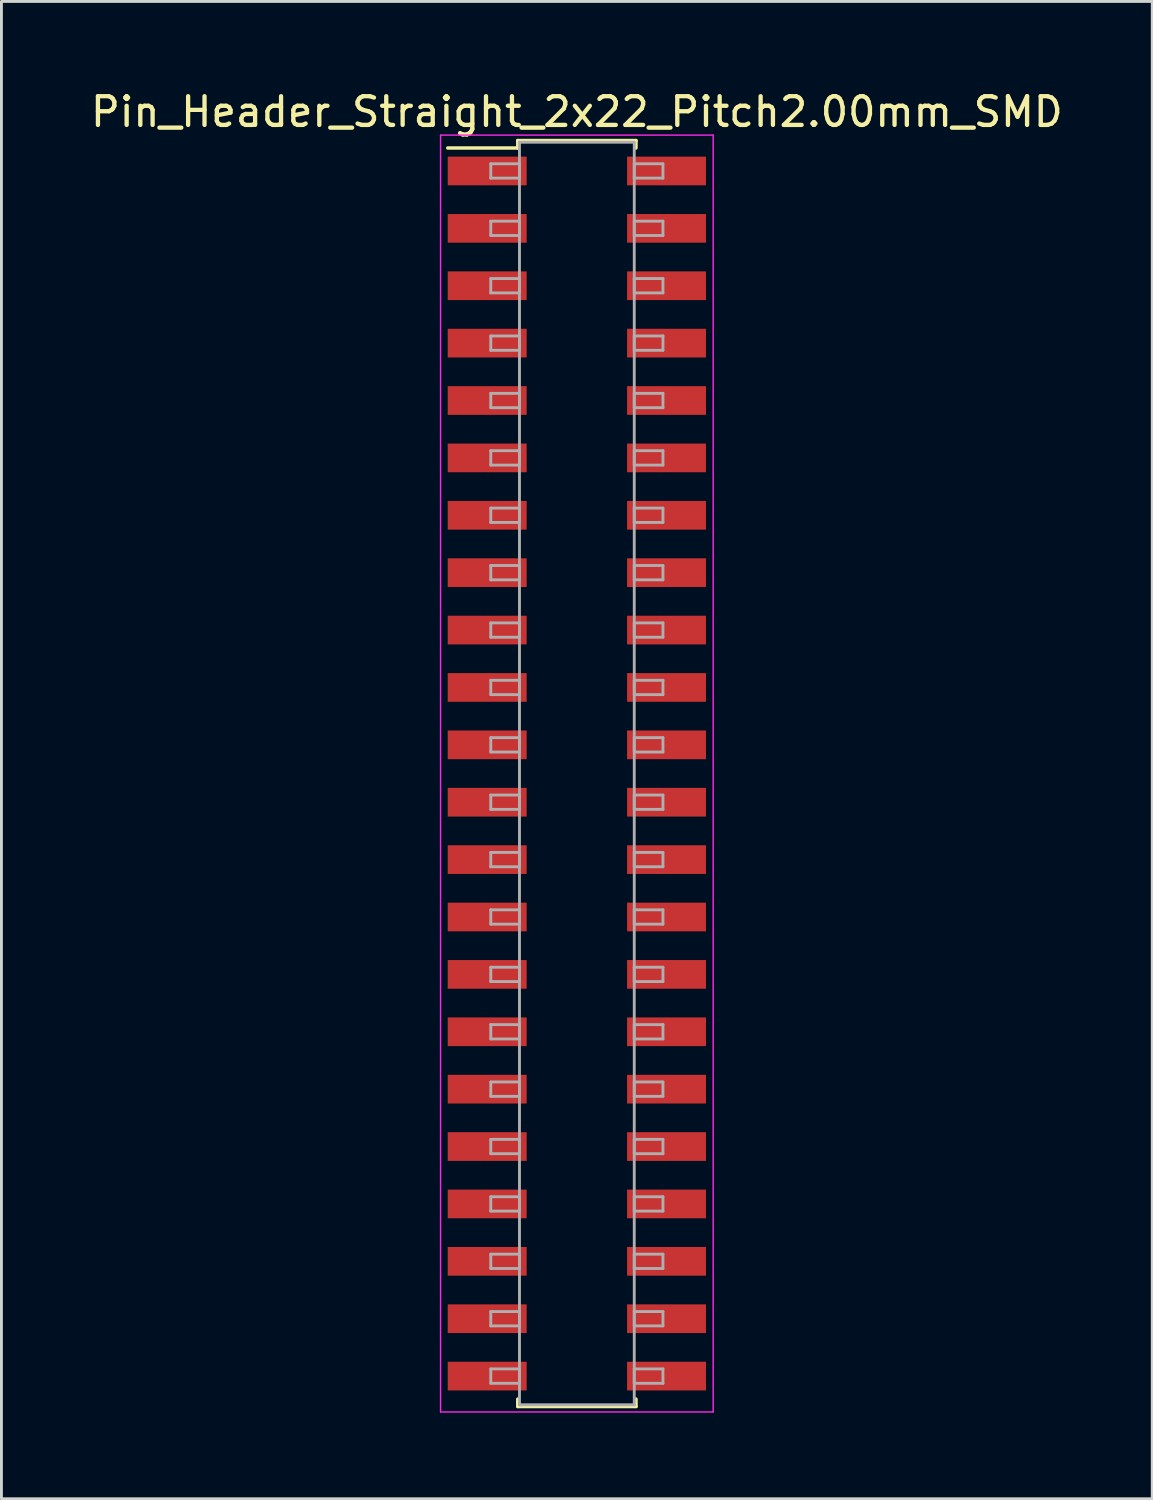
<source format=kicad_pcb>
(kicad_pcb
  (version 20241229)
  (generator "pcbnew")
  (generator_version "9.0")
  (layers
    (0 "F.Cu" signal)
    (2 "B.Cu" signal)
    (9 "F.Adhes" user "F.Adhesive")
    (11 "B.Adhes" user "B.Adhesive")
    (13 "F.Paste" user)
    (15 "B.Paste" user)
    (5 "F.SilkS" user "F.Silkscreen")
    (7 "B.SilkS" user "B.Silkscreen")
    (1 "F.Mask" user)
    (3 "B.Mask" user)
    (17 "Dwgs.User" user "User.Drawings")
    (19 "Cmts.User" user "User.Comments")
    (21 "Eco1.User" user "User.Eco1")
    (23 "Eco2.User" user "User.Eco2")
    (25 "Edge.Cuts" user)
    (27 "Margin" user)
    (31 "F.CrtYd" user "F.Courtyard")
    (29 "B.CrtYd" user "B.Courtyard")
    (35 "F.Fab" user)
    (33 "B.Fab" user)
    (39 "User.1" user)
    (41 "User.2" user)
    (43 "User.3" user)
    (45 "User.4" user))
  (footprint "Pin_Header_Straight_2x22_Pitch2.00mm_SMD"
    (layer "F.Cu")
    (at 17.054 23.908)
    (property "Reference" "Pin_Header_Straight_2x22_Pitch2.00mm_SMD" (at 0 -23.06 0) (layer "F.SilkS") (effects (font (size 1 1) (thickness 0.15))))
    (attr smd)
    (fp_line (start -4.5 -21.8) (end -2.06 -21.8) (stroke (width 0.12) (type solid)) (layer "F.SilkS"))
    (fp_line (start -2.06 -22.06) (end 2.06 -22.06) (stroke (width 0.12) (type solid)) (layer "F.SilkS"))
    (fp_line (start -2.06 -21.8) (end -2.06 -22.06) (stroke (width 0.12) (type solid)) (layer "F.SilkS"))
    (fp_line (start -2.06 21.8) (end -2.06 22.06) (stroke (width 0.12) (type solid)) (layer "F.SilkS"))
    (fp_line (start -2.06 22.06) (end 2.06 22.06) (stroke (width 0.12) (type solid)) (layer "F.SilkS"))
    (fp_line (start 2.06 -22.06) (end 2.06 -21.8) (stroke (width 0.12) (type solid)) (layer "F.SilkS"))
    (fp_line (start 2.06 22.06) (end 2.06 21.8) (stroke (width 0.12) (type solid)) (layer "F.SilkS"))
    (fp_line (start -4.75 -22.25) (end -4.75 22.25) (stroke (width 0.05) (type solid)) (layer "F.CrtYd"))
    (fp_line (start -4.75 22.25) (end 4.75 22.25) (stroke (width 0.05) (type solid)) (layer "F.CrtYd"))
    (fp_line (start 4.75 -22.25) (end -4.75 -22.25) (stroke (width 0.05) (type solid)) (layer "F.CrtYd"))
    (fp_line (start 4.75 22.25) (end 4.75 -22.25) (stroke (width 0.05) (type solid)) (layer "F.CrtYd"))
    (fp_line (start -3 -21.25) (end -2 -21.25) (stroke (width 0.1) (type solid)) (layer "F.Fab"))
    (fp_line (start -3 -20.75) (end -3 -21.25) (stroke (width 0.1) (type solid)) (layer "F.Fab"))
    (fp_line (start -3 -19.25) (end -2 -19.25) (stroke (width 0.1) (type solid)) (layer "F.Fab"))
    (fp_line (start -3 -18.75) (end -3 -19.25) (stroke (width 0.1) (type solid)) (layer "F.Fab"))
    (fp_line (start -3 -17.25) (end -2 -17.25) (stroke (width 0.1) (type solid)) (layer "F.Fab"))
    (fp_line (start -3 -16.75) (end -3 -17.25) (stroke (width 0.1) (type solid)) (layer "F.Fab"))
    (fp_line (start -3 -15.25) (end -2 -15.25) (stroke (width 0.1) (type solid)) (layer "F.Fab"))
    (fp_line (start -3 -14.75) (end -3 -15.25) (stroke (width 0.1) (type solid)) (layer "F.Fab"))
    (fp_line (start -3 -13.25) (end -2 -13.25) (stroke (width 0.1) (type solid)) (layer "F.Fab"))
    (fp_line (start -3 -12.75) (end -3 -13.25) (stroke (width 0.1) (type solid)) (layer "F.Fab"))
    (fp_line (start -3 -11.25) (end -2 -11.25) (stroke (width 0.1) (type solid)) (layer "F.Fab"))
    (fp_line (start -3 -10.75) (end -3 -11.25) (stroke (width 0.1) (type solid)) (layer "F.Fab"))
    (fp_line (start -3 -9.25) (end -2 -9.25) (stroke (width 0.1) (type solid)) (layer "F.Fab"))
    (fp_line (start -3 -8.75) (end -3 -9.25) (stroke (width 0.1) (type solid)) (layer "F.Fab"))
    (fp_line (start -3 -7.25) (end -2 -7.25) (stroke (width 0.1) (type solid)) (layer "F.Fab"))
    (fp_line (start -3 -6.75) (end -3 -7.25) (stroke (width 0.1) (type solid)) (layer "F.Fab"))
    (fp_line (start -3 -5.25) (end -2 -5.25) (stroke (width 0.1) (type solid)) (layer "F.Fab"))
    (fp_line (start -3 -4.75) (end -3 -5.25) (stroke (width 0.1) (type solid)) (layer "F.Fab"))
    (fp_line (start -3 -3.25) (end -2 -3.25) (stroke (width 0.1) (type solid)) (layer "F.Fab"))
    (fp_line (start -3 -2.75) (end -3 -3.25) (stroke (width 0.1) (type solid)) (layer "F.Fab"))
    (fp_line (start -3 -1.25) (end -2 -1.25) (stroke (width 0.1) (type solid)) (layer "F.Fab"))
    (fp_line (start -3 -0.75) (end -3 -1.25) (stroke (width 0.1) (type solid)) (layer "F.Fab"))
    (fp_line (start -3 0.75) (end -2 0.75) (stroke (width 0.1) (type solid)) (layer "F.Fab"))
    (fp_line (start -3 1.25) (end -3 0.75) (stroke (width 0.1) (type solid)) (layer "F.Fab"))
    (fp_line (start -3 2.75) (end -2 2.75) (stroke (width 0.1) (type solid)) (layer "F.Fab"))
    (fp_line (start -3 3.25) (end -3 2.75) (stroke (width 0.1) (type solid)) (layer "F.Fab"))
    (fp_line (start -3 4.75) (end -2 4.75) (stroke (width 0.1) (type solid)) (layer "F.Fab"))
    (fp_line (start -3 5.25) (end -3 4.75) (stroke (width 0.1) (type solid)) (layer "F.Fab"))
    (fp_line (start -3 6.75) (end -2 6.75) (stroke (width 0.1) (type solid)) (layer "F.Fab"))
    (fp_line (start -3 7.25) (end -3 6.75) (stroke (width 0.1) (type solid)) (layer "F.Fab"))
    (fp_line (start -3 8.75) (end -2 8.75) (stroke (width 0.1) (type solid)) (layer "F.Fab"))
    (fp_line (start -3 9.25) (end -3 8.75) (stroke (width 0.1) (type solid)) (layer "F.Fab"))
    (fp_line (start -3 10.75) (end -2 10.75) (stroke (width 0.1) (type solid)) (layer "F.Fab"))
    (fp_line (start -3 11.25) (end -3 10.75) (stroke (width 0.1) (type solid)) (layer "F.Fab"))
    (fp_line (start -3 12.75) (end -2 12.75) (stroke (width 0.1) (type solid)) (layer "F.Fab"))
    (fp_line (start -3 13.25) (end -3 12.75) (stroke (width 0.1) (type solid)) (layer "F.Fab"))
    (fp_line (start -3 14.75) (end -2 14.75) (stroke (width 0.1) (type solid)) (layer "F.Fab"))
    (fp_line (start -3 15.25) (end -3 14.75) (stroke (width 0.1) (type solid)) (layer "F.Fab"))
    (fp_line (start -3 16.75) (end -2 16.75) (stroke (width 0.1) (type solid)) (layer "F.Fab"))
    (fp_line (start -3 17.25) (end -3 16.75) (stroke (width 0.1) (type solid)) (layer "F.Fab"))
    (fp_line (start -3 18.75) (end -2 18.75) (stroke (width 0.1) (type solid)) (layer "F.Fab"))
    (fp_line (start -3 19.25) (end -3 18.75) (stroke (width 0.1) (type solid)) (layer "F.Fab"))
    (fp_line (start -3 20.75) (end -2 20.75) (stroke (width 0.1) (type solid)) (layer "F.Fab"))
    (fp_line (start -3 21.25) (end -3 20.75) (stroke (width 0.1) (type solid)) (layer "F.Fab"))
    (fp_line (start -2 -22) (end -2 22) (stroke (width 0.1) (type solid)) (layer "F.Fab"))
    (fp_line (start -2 -21.25) (end -2 -20.75) (stroke (width 0.1) (type solid)) (layer "F.Fab"))
    (fp_line (start -2 -20.75) (end -3 -20.75) (stroke (width 0.1) (type solid)) (layer "F.Fab"))
    (fp_line (start -2 -19.25) (end -2 -18.75) (stroke (width 0.1) (type solid)) (layer "F.Fab"))
    (fp_line (start -2 -18.75) (end -3 -18.75) (stroke (width 0.1) (type solid)) (layer "F.Fab"))
    (fp_line (start -2 -17.25) (end -2 -16.75) (stroke (width 0.1) (type solid)) (layer "F.Fab"))
    (fp_line (start -2 -16.75) (end -3 -16.75) (stroke (width 0.1) (type solid)) (layer "F.Fab"))
    (fp_line (start -2 -15.25) (end -2 -14.75) (stroke (width 0.1) (type solid)) (layer "F.Fab"))
    (fp_line (start -2 -14.75) (end -3 -14.75) (stroke (width 0.1) (type solid)) (layer "F.Fab"))
    (fp_line (start -2 -13.25) (end -2 -12.75) (stroke (width 0.1) (type solid)) (layer "F.Fab"))
    (fp_line (start -2 -12.75) (end -3 -12.75) (stroke (width 0.1) (type solid)) (layer "F.Fab"))
    (fp_line (start -2 -11.25) (end -2 -10.75) (stroke (width 0.1) (type solid)) (layer "F.Fab"))
    (fp_line (start -2 -10.75) (end -3 -10.75) (stroke (width 0.1) (type solid)) (layer "F.Fab"))
    (fp_line (start -2 -9.25) (end -2 -8.75) (stroke (width 0.1) (type solid)) (layer "F.Fab"))
    (fp_line (start -2 -8.75) (end -3 -8.75) (stroke (width 0.1) (type solid)) (layer "F.Fab"))
    (fp_line (start -2 -7.25) (end -2 -6.75) (stroke (width 0.1) (type solid)) (layer "F.Fab"))
    (fp_line (start -2 -6.75) (end -3 -6.75) (stroke (width 0.1) (type solid)) (layer "F.Fab"))
    (fp_line (start -2 -5.25) (end -2 -4.75) (stroke (width 0.1) (type solid)) (layer "F.Fab"))
    (fp_line (start -2 -4.75) (end -3 -4.75) (stroke (width 0.1) (type solid)) (layer "F.Fab"))
    (fp_line (start -2 -3.25) (end -2 -2.75) (stroke (width 0.1) (type solid)) (layer "F.Fab"))
    (fp_line (start -2 -2.75) (end -3 -2.75) (stroke (width 0.1) (type solid)) (layer "F.Fab"))
    (fp_line (start -2 -1.25) (end -2 -0.75) (stroke (width 0.1) (type solid)) (layer "F.Fab"))
    (fp_line (start -2 -0.75) (end -3 -0.75) (stroke (width 0.1) (type solid)) (layer "F.Fab"))
    (fp_line (start -2 0.75) (end -2 1.25) (stroke (width 0.1) (type solid)) (layer "F.Fab"))
    (fp_line (start -2 1.25) (end -3 1.25) (stroke (width 0.1) (type solid)) (layer "F.Fab"))
    (fp_line (start -2 2.75) (end -2 3.25) (stroke (width 0.1) (type solid)) (layer "F.Fab"))
    (fp_line (start -2 3.25) (end -3 3.25) (stroke (width 0.1) (type solid)) (layer "F.Fab"))
    (fp_line (start -2 4.75) (end -2 5.25) (stroke (width 0.1) (type solid)) (layer "F.Fab"))
    (fp_line (start -2 5.25) (end -3 5.25) (stroke (width 0.1) (type solid)) (layer "F.Fab"))
    (fp_line (start -2 6.75) (end -2 7.25) (stroke (width 0.1) (type solid)) (layer "F.Fab"))
    (fp_line (start -2 7.25) (end -3 7.25) (stroke (width 0.1) (type solid)) (layer "F.Fab"))
    (fp_line (start -2 8.75) (end -2 9.25) (stroke (width 0.1) (type solid)) (layer "F.Fab"))
    (fp_line (start -2 9.25) (end -3 9.25) (stroke (width 0.1) (type solid)) (layer "F.Fab"))
    (fp_line (start -2 10.75) (end -2 11.25) (stroke (width 0.1) (type solid)) (layer "F.Fab"))
    (fp_line (start -2 11.25) (end -3 11.25) (stroke (width 0.1) (type solid)) (layer "F.Fab"))
    (fp_line (start -2 12.75) (end -2 13.25) (stroke (width 0.1) (type solid)) (layer "F.Fab"))
    (fp_line (start -2 13.25) (end -3 13.25) (stroke (width 0.1) (type solid)) (layer "F.Fab"))
    (fp_line (start -2 14.75) (end -2 15.25) (stroke (width 0.1) (type solid)) (layer "F.Fab"))
    (fp_line (start -2 15.25) (end -3 15.25) (stroke (width 0.1) (type solid)) (layer "F.Fab"))
    (fp_line (start -2 16.75) (end -2 17.25) (stroke (width 0.1) (type solid)) (layer "F.Fab"))
    (fp_line (start -2 17.25) (end -3 17.25) (stroke (width 0.1) (type solid)) (layer "F.Fab"))
    (fp_line (start -2 18.75) (end -2 19.25) (stroke (width 0.1) (type solid)) (layer "F.Fab"))
    (fp_line (start -2 19.25) (end -3 19.25) (stroke (width 0.1) (type solid)) (layer "F.Fab"))
    (fp_line (start -2 20.75) (end -2 21.25) (stroke (width 0.1) (type solid)) (layer "F.Fab"))
    (fp_line (start -2 21.25) (end -3 21.25) (stroke (width 0.1) (type solid)) (layer "F.Fab"))
    (fp_line (start -2 22) (end 2 22) (stroke (width 0.1) (type solid)) (layer "F.Fab"))
    (fp_line (start 2 -22) (end -2 -22) (stroke (width 0.1) (type solid)) (layer "F.Fab"))
    (fp_line (start 2 -21.25) (end 2 -20.75) (stroke (width 0.1) (type solid)) (layer "F.Fab"))
    (fp_line (start 2 -20.75) (end 3 -20.75) (stroke (width 0.1) (type solid)) (layer "F.Fab"))
    (fp_line (start 2 -19.25) (end 2 -18.75) (stroke (width 0.1) (type solid)) (layer "F.Fab"))
    (fp_line (start 2 -18.75) (end 3 -18.75) (stroke (width 0.1) (type solid)) (layer "F.Fab"))
    (fp_line (start 2 -17.25) (end 2 -16.75) (stroke (width 0.1) (type solid)) (layer "F.Fab"))
    (fp_line (start 2 -16.75) (end 3 -16.75) (stroke (width 0.1) (type solid)) (layer "F.Fab"))
    (fp_line (start 2 -15.25) (end 2 -14.75) (stroke (width 0.1) (type solid)) (layer "F.Fab"))
    (fp_line (start 2 -14.75) (end 3 -14.75) (stroke (width 0.1) (type solid)) (layer "F.Fab"))
    (fp_line (start 2 -13.25) (end 2 -12.75) (stroke (width 0.1) (type solid)) (layer "F.Fab"))
    (fp_line (start 2 -12.75) (end 3 -12.75) (stroke (width 0.1) (type solid)) (layer "F.Fab"))
    (fp_line (start 2 -11.25) (end 2 -10.75) (stroke (width 0.1) (type solid)) (layer "F.Fab"))
    (fp_line (start 2 -10.75) (end 3 -10.75) (stroke (width 0.1) (type solid)) (layer "F.Fab"))
    (fp_line (start 2 -9.25) (end 2 -8.75) (stroke (width 0.1) (type solid)) (layer "F.Fab"))
    (fp_line (start 2 -8.75) (end 3 -8.75) (stroke (width 0.1) (type solid)) (layer "F.Fab"))
    (fp_line (start 2 -7.25) (end 2 -6.75) (stroke (width 0.1) (type solid)) (layer "F.Fab"))
    (fp_line (start 2 -6.75) (end 3 -6.75) (stroke (width 0.1) (type solid)) (layer "F.Fab"))
    (fp_line (start 2 -5.25) (end 2 -4.75) (stroke (width 0.1) (type solid)) (layer "F.Fab"))
    (fp_line (start 2 -4.75) (end 3 -4.75) (stroke (width 0.1) (type solid)) (layer "F.Fab"))
    (fp_line (start 2 -3.25) (end 2 -2.75) (stroke (width 0.1) (type solid)) (layer "F.Fab"))
    (fp_line (start 2 -2.75) (end 3 -2.75) (stroke (width 0.1) (type solid)) (layer "F.Fab"))
    (fp_line (start 2 -1.25) (end 2 -0.75) (stroke (width 0.1) (type solid)) (layer "F.Fab"))
    (fp_line (start 2 -0.75) (end 3 -0.75) (stroke (width 0.1) (type solid)) (layer "F.Fab"))
    (fp_line (start 2 0.75) (end 2 1.25) (stroke (width 0.1) (type solid)) (layer "F.Fab"))
    (fp_line (start 2 1.25) (end 3 1.25) (stroke (width 0.1) (type solid)) (layer "F.Fab"))
    (fp_line (start 2 2.75) (end 2 3.25) (stroke (width 0.1) (type solid)) (layer "F.Fab"))
    (fp_line (start 2 3.25) (end 3 3.25) (stroke (width 0.1) (type solid)) (layer "F.Fab"))
    (fp_line (start 2 4.75) (end 2 5.25) (stroke (width 0.1) (type solid)) (layer "F.Fab"))
    (fp_line (start 2 5.25) (end 3 5.25) (stroke (width 0.1) (type solid)) (layer "F.Fab"))
    (fp_line (start 2 6.75) (end 2 7.25) (stroke (width 0.1) (type solid)) (layer "F.Fab"))
    (fp_line (start 2 7.25) (end 3 7.25) (stroke (width 0.1) (type solid)) (layer "F.Fab"))
    (fp_line (start 2 8.75) (end 2 9.25) (stroke (width 0.1) (type solid)) (layer "F.Fab"))
    (fp_line (start 2 9.25) (end 3 9.25) (stroke (width 0.1) (type solid)) (layer "F.Fab"))
    (fp_line (start 2 10.75) (end 2 11.25) (stroke (width 0.1) (type solid)) (layer "F.Fab"))
    (fp_line (start 2 11.25) (end 3 11.25) (stroke (width 0.1) (type solid)) (layer "F.Fab"))
    (fp_line (start 2 12.75) (end 2 13.25) (stroke (width 0.1) (type solid)) (layer "F.Fab"))
    (fp_line (start 2 13.25) (end 3 13.25) (stroke (width 0.1) (type solid)) (layer "F.Fab"))
    (fp_line (start 2 14.75) (end 2 15.25) (stroke (width 0.1) (type solid)) (layer "F.Fab"))
    (fp_line (start 2 15.25) (end 3 15.25) (stroke (width 0.1) (type solid)) (layer "F.Fab"))
    (fp_line (start 2 16.75) (end 2 17.25) (stroke (width 0.1) (type solid)) (layer "F.Fab"))
    (fp_line (start 2 17.25) (end 3 17.25) (stroke (width 0.1) (type solid)) (layer "F.Fab"))
    (fp_line (start 2 18.75) (end 2 19.25) (stroke (width 0.1) (type solid)) (layer "F.Fab"))
    (fp_line (start 2 19.25) (end 3 19.25) (stroke (width 0.1) (type solid)) (layer "F.Fab"))
    (fp_line (start 2 20.75) (end 2 21.25) (stroke (width 0.1) (type solid)) (layer "F.Fab"))
    (fp_line (start 2 21.25) (end 3 21.25) (stroke (width 0.1) (type solid)) (layer "F.Fab"))
    (fp_line (start 2 22) (end 2 -22) (stroke (width 0.1) (type solid)) (layer "F.Fab"))
    (fp_line (start 3 -21.25) (end 2 -21.25) (stroke (width 0.1) (type solid)) (layer "F.Fab"))
    (fp_line (start 3 -20.75) (end 3 -21.25) (stroke (width 0.1) (type solid)) (layer "F.Fab"))
    (fp_line (start 3 -19.25) (end 2 -19.25) (stroke (width 0.1) (type solid)) (layer "F.Fab"))
    (fp_line (start 3 -18.75) (end 3 -19.25) (stroke (width 0.1) (type solid)) (layer "F.Fab"))
    (fp_line (start 3 -17.25) (end 2 -17.25) (stroke (width 0.1) (type solid)) (layer "F.Fab"))
    (fp_line (start 3 -16.75) (end 3 -17.25) (stroke (width 0.1) (type solid)) (layer "F.Fab"))
    (fp_line (start 3 -15.25) (end 2 -15.25) (stroke (width 0.1) (type solid)) (layer "F.Fab"))
    (fp_line (start 3 -14.75) (end 3 -15.25) (stroke (width 0.1) (type solid)) (layer "F.Fab"))
    (fp_line (start 3 -13.25) (end 2 -13.25) (stroke (width 0.1) (type solid)) (layer "F.Fab"))
    (fp_line (start 3 -12.75) (end 3 -13.25) (stroke (width 0.1) (type solid)) (layer "F.Fab"))
    (fp_line (start 3 -11.25) (end 2 -11.25) (stroke (width 0.1) (type solid)) (layer "F.Fab"))
    (fp_line (start 3 -10.75) (end 3 -11.25) (stroke (width 0.1) (type solid)) (layer "F.Fab"))
    (fp_line (start 3 -9.25) (end 2 -9.25) (stroke (width 0.1) (type solid)) (layer "F.Fab"))
    (fp_line (start 3 -8.75) (end 3 -9.25) (stroke (width 0.1) (type solid)) (layer "F.Fab"))
    (fp_line (start 3 -7.25) (end 2 -7.25) (stroke (width 0.1) (type solid)) (layer "F.Fab"))
    (fp_line (start 3 -6.75) (end 3 -7.25) (stroke (width 0.1) (type solid)) (layer "F.Fab"))
    (fp_line (start 3 -5.25) (end 2 -5.25) (stroke (width 0.1) (type solid)) (layer "F.Fab"))
    (fp_line (start 3 -4.75) (end 3 -5.25) (stroke (width 0.1) (type solid)) (layer "F.Fab"))
    (fp_line (start 3 -3.25) (end 2 -3.25) (stroke (width 0.1) (type solid)) (layer "F.Fab"))
    (fp_line (start 3 -2.75) (end 3 -3.25) (stroke (width 0.1) (type solid)) (layer "F.Fab"))
    (fp_line (start 3 -1.25) (end 2 -1.25) (stroke (width 0.1) (type solid)) (layer "F.Fab"))
    (fp_line (start 3 -0.75) (end 3 -1.25) (stroke (width 0.1) (type solid)) (layer "F.Fab"))
    (fp_line (start 3 0.75) (end 2 0.75) (stroke (width 0.1) (type solid)) (layer "F.Fab"))
    (fp_line (start 3 1.25) (end 3 0.75) (stroke (width 0.1) (type solid)) (layer "F.Fab"))
    (fp_line (start 3 2.75) (end 2 2.75) (stroke (width 0.1) (type solid)) (layer "F.Fab"))
    (fp_line (start 3 3.25) (end 3 2.75) (stroke (width 0.1) (type solid)) (layer "F.Fab"))
    (fp_line (start 3 4.75) (end 2 4.75) (stroke (width 0.1) (type solid)) (layer "F.Fab"))
    (fp_line (start 3 5.25) (end 3 4.75) (stroke (width 0.1) (type solid)) (layer "F.Fab"))
    (fp_line (start 3 6.75) (end 2 6.75) (stroke (width 0.1) (type solid)) (layer "F.Fab"))
    (fp_line (start 3 7.25) (end 3 6.75) (stroke (width 0.1) (type solid)) (layer "F.Fab"))
    (fp_line (start 3 8.75) (end 2 8.75) (stroke (width 0.1) (type solid)) (layer "F.Fab"))
    (fp_line (start 3 9.25) (end 3 8.75) (stroke (width 0.1) (type solid)) (layer "F.Fab"))
    (fp_line (start 3 10.75) (end 2 10.75) (stroke (width 0.1) (type solid)) (layer "F.Fab"))
    (fp_line (start 3 11.25) (end 3 10.75) (stroke (width 0.1) (type solid)) (layer "F.Fab"))
    (fp_line (start 3 12.75) (end 2 12.75) (stroke (width 0.1) (type solid)) (layer "F.Fab"))
    (fp_line (start 3 13.25) (end 3 12.75) (stroke (width 0.1) (type solid)) (layer "F.Fab"))
    (fp_line (start 3 14.75) (end 2 14.75) (stroke (width 0.1) (type solid)) (layer "F.Fab"))
    (fp_line (start 3 15.25) (end 3 14.75) (stroke (width 0.1) (type solid)) (layer "F.Fab"))
    (fp_line (start 3 16.75) (end 2 16.75) (stroke (width 0.1) (type solid)) (layer "F.Fab"))
    (fp_line (start 3 17.25) (end 3 16.75) (stroke (width 0.1) (type solid)) (layer "F.Fab"))
    (fp_line (start 3 18.75) (end 2 18.75) (stroke (width 0.1) (type solid)) (layer "F.Fab"))
    (fp_line (start 3 19.25) (end 3 18.75) (stroke (width 0.1) (type solid)) (layer "F.Fab"))
    (fp_line (start 3 20.75) (end 2 20.75) (stroke (width 0.1) (type solid)) (layer "F.Fab"))
    (fp_line (start 3 21.25) (end 3 20.75) (stroke (width 0.1) (type solid)) (layer "F.Fab"))
    (pad "1" smd rect (at -3.125 -21) (size 2.75 1) (layers "F.Cu" "F.Mask"))
    (pad "2" smd rect (at 3.125 -21) (size 2.75 1) (layers "F.Cu" "F.Mask"))
    (pad "3" smd rect (at -3.125 -19) (size 2.75 1) (layers "F.Cu" "F.Mask"))
    (pad "4" smd rect (at 3.125 -19) (size 2.75 1) (layers "F.Cu" "F.Mask"))
    (pad "5" smd rect (at -3.125 -17) (size 2.75 1) (layers "F.Cu" "F.Mask"))
    (pad "6" smd rect (at 3.125 -17) (size 2.75 1) (layers "F.Cu" "F.Mask"))
    (pad "7" smd rect (at -3.125 -15) (size 2.75 1) (layers "F.Cu" "F.Mask"))
    (pad "8" smd rect (at 3.125 -15) (size 2.75 1) (layers "F.Cu" "F.Mask"))
    (pad "9" smd rect (at -3.125 -13) (size 2.75 1) (layers "F.Cu" "F.Mask"))
    (pad "10" smd rect (at 3.125 -13) (size 2.75 1) (layers "F.Cu" "F.Mask"))
    (pad "11" smd rect (at -3.125 -11) (size 2.75 1) (layers "F.Cu" "F.Mask"))
    (pad "12" smd rect (at 3.125 -11) (size 2.75 1) (layers "F.Cu" "F.Mask"))
    (pad "13" smd rect (at -3.125 -9) (size 2.75 1) (layers "F.Cu" "F.Mask"))
    (pad "14" smd rect (at 3.125 -9) (size 2.75 1) (layers "F.Cu" "F.Mask"))
    (pad "15" smd rect (at -3.125 -7) (size 2.75 1) (layers "F.Cu" "F.Mask"))
    (pad "16" smd rect (at 3.125 -7) (size 2.75 1) (layers "F.Cu" "F.Mask"))
    (pad "17" smd rect (at -3.125 -5) (size 2.75 1) (layers "F.Cu" "F.Mask"))
    (pad "18" smd rect (at 3.125 -5) (size 2.75 1) (layers "F.Cu" "F.Mask"))
    (pad "19" smd rect (at -3.125 -3) (size 2.75 1) (layers "F.Cu" "F.Mask"))
    (pad "20" smd rect (at 3.125 -3) (size 2.75 1) (layers "F.Cu" "F.Mask"))
    (pad "21" smd rect (at -3.125 -1) (size 2.75 1) (layers "F.Cu" "F.Mask"))
    (pad "22" smd rect (at 3.125 -1) (size 2.75 1) (layers "F.Cu" "F.Mask"))
    (pad "23" smd rect (at -3.125 1) (size 2.75 1) (layers "F.Cu" "F.Mask"))
    (pad "24" smd rect (at 3.125 1) (size 2.75 1) (layers "F.Cu" "F.Mask"))
    (pad "25" smd rect (at -3.125 3) (size 2.75 1) (layers "F.Cu" "F.Mask"))
    (pad "26" smd rect (at 3.125 3) (size 2.75 1) (layers "F.Cu" "F.Mask"))
    (pad "27" smd rect (at -3.125 5) (size 2.75 1) (layers "F.Cu" "F.Mask"))
    (pad "28" smd rect (at 3.125 5) (size 2.75 1) (layers "F.Cu" "F.Mask"))
    (pad "29" smd rect (at -3.125 7) (size 2.75 1) (layers "F.Cu" "F.Mask"))
    (pad "30" smd rect (at 3.125 7) (size 2.75 1) (layers "F.Cu" "F.Mask"))
    (pad "31" smd rect (at -3.125 9) (size 2.75 1) (layers "F.Cu" "F.Mask"))
    (pad "32" smd rect (at 3.125 9) (size 2.75 1) (layers "F.Cu" "F.Mask"))
    (pad "33" smd rect (at -3.125 11) (size 2.75 1) (layers "F.Cu" "F.Mask"))
    (pad "34" smd rect (at 3.125 11) (size 2.75 1) (layers "F.Cu" "F.Mask"))
    (pad "35" smd rect (at -3.125 13) (size 2.75 1) (layers "F.Cu" "F.Mask"))
    (pad "36" smd rect (at 3.125 13) (size 2.75 1) (layers "F.Cu" "F.Mask"))
    (pad "37" smd rect (at -3.125 15) (size 2.75 1) (layers "F.Cu" "F.Mask"))
    (pad "38" smd rect (at 3.125 15) (size 2.75 1) (layers "F.Cu" "F.Mask"))
    (pad "39" smd rect (at -3.125 17) (size 2.75 1) (layers "F.Cu" "F.Mask"))
    (pad "40" smd rect (at 3.125 17) (size 2.75 1) (layers "F.Cu" "F.Mask"))
    (pad "41" smd rect (at -3.125 19) (size 2.75 1) (layers "F.Cu" "F.Mask"))
    (pad "42" smd rect (at 3.125 19) (size 2.75 1) (layers "F.Cu" "F.Mask"))
    (pad "43" smd rect (at -3.125 21) (size 2.75 1) (layers "F.Cu" "F.Mask"))
    (pad "44" smd rect (at 3.125 21) (size 2.75 1) (layers "F.Cu" "F.Mask")))
  (gr_rect
    (start -3 -3)
    (end 37.107 49.183)
    (stroke (width 0.1) (type default))
    (fill no)
    (layer "Edge.Cuts")))
</source>
